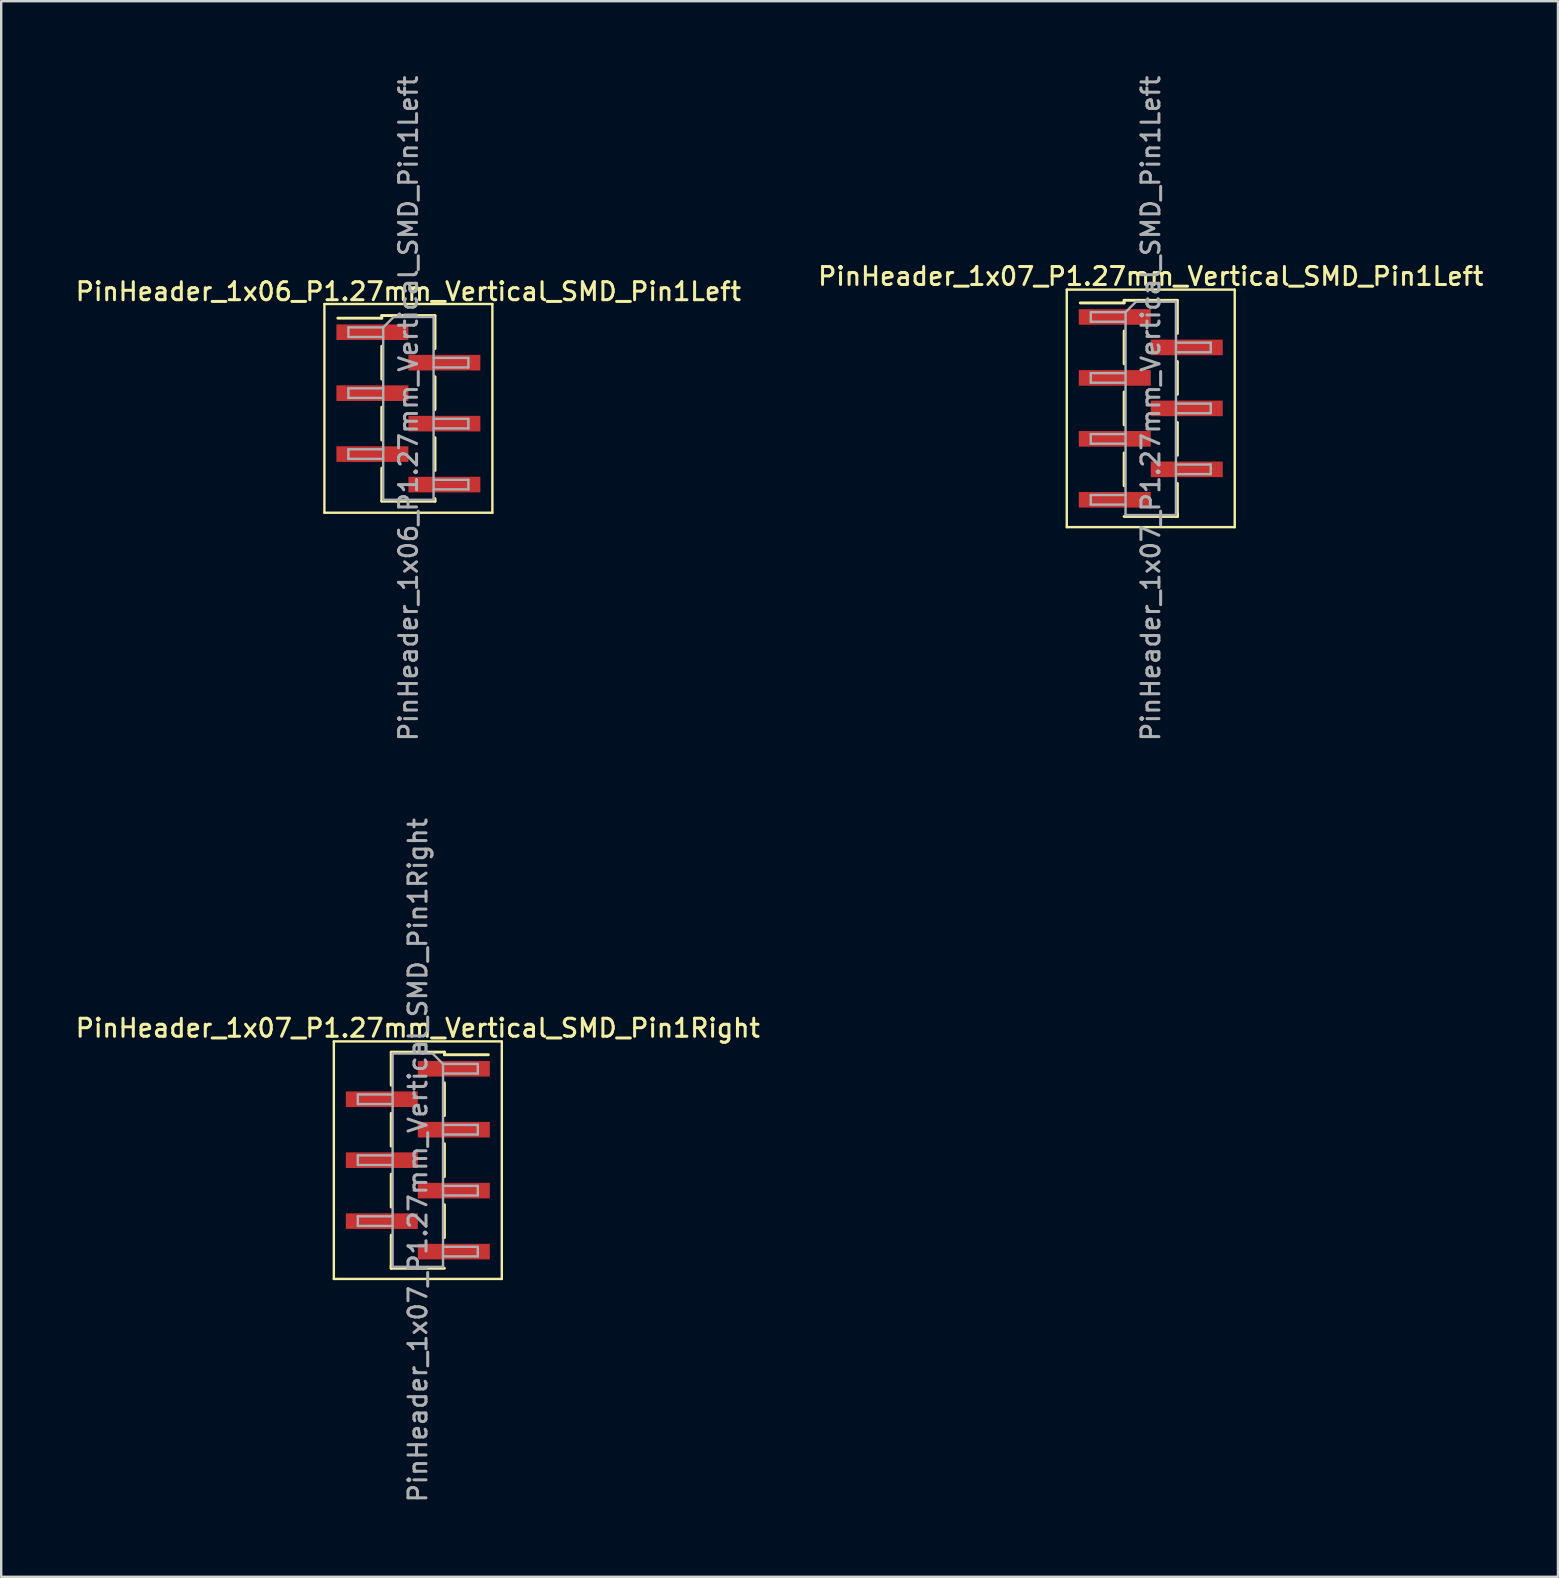
<source format=kicad_pcb>
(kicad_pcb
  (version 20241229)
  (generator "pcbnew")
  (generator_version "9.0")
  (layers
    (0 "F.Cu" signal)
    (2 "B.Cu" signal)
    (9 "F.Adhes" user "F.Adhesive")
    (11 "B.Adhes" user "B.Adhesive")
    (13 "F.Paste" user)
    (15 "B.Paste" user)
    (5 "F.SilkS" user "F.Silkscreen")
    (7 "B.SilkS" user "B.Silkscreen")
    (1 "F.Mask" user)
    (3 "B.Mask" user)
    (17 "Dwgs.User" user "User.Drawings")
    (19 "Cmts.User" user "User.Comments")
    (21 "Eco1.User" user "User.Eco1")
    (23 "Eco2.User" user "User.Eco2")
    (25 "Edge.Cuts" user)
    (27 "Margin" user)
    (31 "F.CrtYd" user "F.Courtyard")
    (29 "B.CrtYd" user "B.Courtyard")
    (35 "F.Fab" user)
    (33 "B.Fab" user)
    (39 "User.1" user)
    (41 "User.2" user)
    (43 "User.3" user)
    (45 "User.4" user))
  (footprint "PinHeader_1x07_P1.27mm_Vertical_SMD_Pin1Left"
    (layer "F.Cu")
    (at 44.909 13.97)
    (property "Reference" "PinHeader_1x07_P1.27mm_Vertical_SMD_Pin1Left" (at 0 -5.505 0) (layer "F.SilkS") (effects (font (size 0.75 0.75) (thickness 0.125))))
    (attr smd)
    (fp_line (start -3.5 -4.95) (end -3.5 4.95) (stroke (width 0.1) (type solid)) (layer "F.SilkS"))
    (fp_line (start -3.5 4.95) (end 3.5 4.95) (stroke (width 0.1) (type solid)) (layer "F.SilkS"))
    (fp_line (start -1.11 -4.505) (end -1.11 -4.395) (stroke (width 0.12) (type solid)) (layer "F.SilkS"))
    (fp_line (start -1.11 -4.505) (end 1.11 -4.505) (stroke (width 0.12) (type solid)) (layer "F.SilkS"))
    (fp_line (start -1.11 -4.395) (end -2.94 -4.395) (stroke (width 0.12) (type solid)) (layer "F.SilkS"))
    (fp_line (start -1.11 -3.225) (end -1.11 -1.855) (stroke (width 0.12) (type solid)) (layer "F.SilkS"))
    (fp_line (start -1.11 -0.685) (end -1.11 0.685) (stroke (width 0.12) (type solid)) (layer "F.SilkS"))
    (fp_line (start -1.11 1.855) (end -1.11 3.225) (stroke (width 0.12) (type solid)) (layer "F.SilkS"))
    (fp_line (start -1.11 4.505) (end 1.11 4.505) (stroke (width 0.12) (type solid)) (layer "F.SilkS"))
    (fp_line (start 1.11 -4.495) (end 1.11 -3.125) (stroke (width 0.12) (type solid)) (layer "F.SilkS"))
    (fp_line (start 1.11 -1.955) (end 1.11 -0.585) (stroke (width 0.12) (type solid)) (layer "F.SilkS"))
    (fp_line (start 1.11 0.585) (end 1.11 1.955) (stroke (width 0.12) (type solid)) (layer "F.SilkS"))
    (fp_line (start 1.11 3.125) (end 1.11 4.495) (stroke (width 0.12) (type solid)) (layer "F.SilkS"))
    (fp_line (start 1.11 4.395) (end 1.11 4.505) (stroke (width 0.12) (type solid)) (layer "F.SilkS"))
    (fp_line (start 3.5 -4.95) (end -3.5 -4.95) (stroke (width 0.1) (type solid)) (layer "F.SilkS"))
    (fp_line (start 3.5 4.95) (end 3.5 -4.95) (stroke (width 0.1) (type solid)) (layer "F.SilkS"))
    (fp_line (start -2.5 -4.01) (end -2.5 -3.61) (stroke (width 0.1) (type solid)) (layer "F.Fab"))
    (fp_line (start -2.5 -3.61) (end -1.05 -3.61) (stroke (width 0.1) (type solid)) (layer "F.Fab"))
    (fp_line (start -2.5 -1.47) (end -2.5 -1.07) (stroke (width 0.1) (type solid)) (layer "F.Fab"))
    (fp_line (start -2.5 -1.07) (end -1.05 -1.07) (stroke (width 0.1) (type solid)) (layer "F.Fab"))
    (fp_line (start -2.5 1.07) (end -2.5 1.47) (stroke (width 0.1) (type solid)) (layer "F.Fab"))
    (fp_line (start -2.5 1.47) (end -1.05 1.47) (stroke (width 0.1) (type solid)) (layer "F.Fab"))
    (fp_line (start -2.5 3.61) (end -2.5 4.01) (stroke (width 0.1) (type solid)) (layer "F.Fab"))
    (fp_line (start -2.5 4.01) (end -1.05 4.01) (stroke (width 0.1) (type solid)) (layer "F.Fab"))
    (fp_line (start -1.05 -4.01) (end -2.5 -4.01) (stroke (width 0.1) (type solid)) (layer "F.Fab"))
    (fp_line (start -1.05 -4.01) (end -0.615 -4.445) (stroke (width 0.1) (type solid)) (layer "F.Fab"))
    (fp_line (start -1.05 -1.47) (end -2.5 -1.47) (stroke (width 0.1) (type solid)) (layer "F.Fab"))
    (fp_line (start -1.05 1.07) (end -2.5 1.07) (stroke (width 0.1) (type solid)) (layer "F.Fab"))
    (fp_line (start -1.05 3.61) (end -2.5 3.61) (stroke (width 0.1) (type solid)) (layer "F.Fab"))
    (fp_line (start -1.05 4.445) (end -1.05 -4.01) (stroke (width 0.1) (type solid)) (layer "F.Fab"))
    (fp_line (start -0.615 -4.445) (end 1.05 -4.445) (stroke (width 0.1) (type solid)) (layer "F.Fab"))
    (fp_line (start 1.05 -4.445) (end 1.05 4.445) (stroke (width 0.1) (type solid)) (layer "F.Fab"))
    (fp_line (start 1.05 -2.74) (end 2.5 -2.74) (stroke (width 0.1) (type solid)) (layer "F.Fab"))
    (fp_line (start 1.05 -0.2) (end 2.5 -0.2) (stroke (width 0.1) (type solid)) (layer "F.Fab"))
    (fp_line (start 1.05 2.34) (end 2.5 2.34) (stroke (width 0.1) (type solid)) (layer "F.Fab"))
    (fp_line (start 1.05 4.445) (end -1.05 4.445) (stroke (width 0.1) (type solid)) (layer "F.Fab"))
    (fp_line (start 2.5 -2.74) (end 2.5 -2.34) (stroke (width 0.1) (type solid)) (layer "F.Fab"))
    (fp_line (start 2.5 -2.34) (end 1.05 -2.34) (stroke (width 0.1) (type solid)) (layer "F.Fab"))
    (fp_line (start 2.5 -0.2) (end 2.5 0.2) (stroke (width 0.1) (type solid)) (layer "F.Fab"))
    (fp_line (start 2.5 0.2) (end 1.05 0.2) (stroke (width 0.1) (type solid)) (layer "F.Fab"))
    (fp_line (start 2.5 2.34) (end 2.5 2.74) (stroke (width 0.1) (type solid)) (layer "F.Fab"))
    (fp_line (start 2.5 2.74) (end 1.05 2.74) (stroke (width 0.1) (type solid)) (layer "F.Fab"))
    (fp_text user "${REFERENCE}" (at 0 0 90) (layer "F.Fab") (effects (font (size 0.75 0.75) (thickness 0.125))))
    (pad "1" smd rect (at -1.5 -3.81) (size 3 0.65) (layers "F.Cu" "F.Mask" "F.Paste"))
    (pad "2" smd rect (at 1.5 -2.54) (size 3 0.65) (layers "F.Cu" "F.Mask" "F.Paste"))
    (pad "3" smd rect (at -1.5 -1.27) (size 3 0.65) (layers "F.Cu" "F.Mask" "F.Paste"))
    (pad "4" smd rect (at 1.5 0) (size 3 0.65) (layers "F.Cu" "F.Mask" "F.Paste"))
    (pad "5" smd rect (at -1.5 1.27) (size 3 0.65) (layers "F.Cu" "F.Mask" "F.Paste"))
    (pad "6" smd rect (at 1.5 2.54) (size 3 0.65) (layers "F.Cu" "F.Mask" "F.Paste"))
    (pad "7" smd rect (at -1.5 3.81) (size 3 0.65) (layers "F.Cu" "F.Mask" "F.Paste")))
  (footprint "PinHeader_1x06_P1.27mm_Vertical_SMD_Pin1Left"
    (layer "F.Cu")
    (at 13.97 13.97)
    (property "Reference" "PinHeader_1x06_P1.27mm_Vertical_SMD_Pin1Left" (at 0 -4.87 0) (layer "F.SilkS") (effects (font (size 0.75 0.75) (thickness 0.125))))
    (attr smd)
    (fp_line (start -3.5 -4.35) (end -3.5 4.35) (stroke (width 0.1) (type solid)) (layer "F.SilkS"))
    (fp_line (start -3.5 4.35) (end 3.5 4.35) (stroke (width 0.1) (type solid)) (layer "F.SilkS"))
    (fp_line (start -1.11 -3.87) (end -1.11 -3.76) (stroke (width 0.12) (type solid)) (layer "F.SilkS"))
    (fp_line (start -1.11 -3.87) (end 1.11 -3.87) (stroke (width 0.12) (type solid)) (layer "F.SilkS"))
    (fp_line (start -1.11 -3.76) (end -2.94 -3.76) (stroke (width 0.12) (type solid)) (layer "F.SilkS"))
    (fp_line (start -1.11 -2.59) (end -1.11 -1.22) (stroke (width 0.12) (type solid)) (layer "F.SilkS"))
    (fp_line (start -1.11 -0.05) (end -1.11 1.32) (stroke (width 0.12) (type solid)) (layer "F.SilkS"))
    (fp_line (start -1.11 2.49) (end -1.11 3.86) (stroke (width 0.12) (type solid)) (layer "F.SilkS"))
    (fp_line (start -1.11 3.87) (end 1.11 3.87) (stroke (width 0.12) (type solid)) (layer "F.SilkS"))
    (fp_line (start 1.11 -3.86) (end 1.11 -2.49) (stroke (width 0.12) (type solid)) (layer "F.SilkS"))
    (fp_line (start 1.11 -1.32) (end 1.11 0.05) (stroke (width 0.12) (type solid)) (layer "F.SilkS"))
    (fp_line (start 1.11 1.22) (end 1.11 2.59) (stroke (width 0.12) (type solid)) (layer "F.SilkS"))
    (fp_line (start 1.11 3.76) (end 1.11 3.87) (stroke (width 0.12) (type solid)) (layer "F.SilkS"))
    (fp_line (start 3.5 -4.35) (end -3.5 -4.35) (stroke (width 0.1) (type solid)) (layer "F.SilkS"))
    (fp_line (start 3.5 4.35) (end 3.5 -4.35) (stroke (width 0.1) (type solid)) (layer "F.SilkS"))
    (fp_line (start -2.5 -3.375) (end -2.5 -2.975) (stroke (width 0.1) (type solid)) (layer "F.Fab"))
    (fp_line (start -2.5 -2.975) (end -1.05 -2.975) (stroke (width 0.1) (type solid)) (layer "F.Fab"))
    (fp_line (start -2.5 -0.835) (end -2.5 -0.435) (stroke (width 0.1) (type solid)) (layer "F.Fab"))
    (fp_line (start -2.5 -0.435) (end -1.05 -0.435) (stroke (width 0.1) (type solid)) (layer "F.Fab"))
    (fp_line (start -2.5 1.705) (end -2.5 2.105) (stroke (width 0.1) (type solid)) (layer "F.Fab"))
    (fp_line (start -2.5 2.105) (end -1.05 2.105) (stroke (width 0.1) (type solid)) (layer "F.Fab"))
    (fp_line (start -1.05 -3.375) (end -2.5 -3.375) (stroke (width 0.1) (type solid)) (layer "F.Fab"))
    (fp_line (start -1.05 -3.375) (end -0.615 -3.81) (stroke (width 0.1) (type solid)) (layer "F.Fab"))
    (fp_line (start -1.05 -0.835) (end -2.5 -0.835) (stroke (width 0.1) (type solid)) (layer "F.Fab"))
    (fp_line (start -1.05 1.705) (end -2.5 1.705) (stroke (width 0.1) (type solid)) (layer "F.Fab"))
    (fp_line (start -1.05 3.81) (end -1.05 -3.375) (stroke (width 0.1) (type solid)) (layer "F.Fab"))
    (fp_line (start -0.615 -3.81) (end 1.05 -3.81) (stroke (width 0.1) (type solid)) (layer "F.Fab"))
    (fp_line (start 1.05 -3.81) (end 1.05 3.81) (stroke (width 0.1) (type solid)) (layer "F.Fab"))
    (fp_line (start 1.05 -2.105) (end 2.5 -2.105) (stroke (width 0.1) (type solid)) (layer "F.Fab"))
    (fp_line (start 1.05 0.435) (end 2.5 0.435) (stroke (width 0.1) (type solid)) (layer "F.Fab"))
    (fp_line (start 1.05 2.975) (end 2.5 2.975) (stroke (width 0.1) (type solid)) (layer "F.Fab"))
    (fp_line (start 1.05 3.81) (end -1.05 3.81) (stroke (width 0.1) (type solid)) (layer "F.Fab"))
    (fp_line (start 2.5 -2.105) (end 2.5 -1.705) (stroke (width 0.1) (type solid)) (layer "F.Fab"))
    (fp_line (start 2.5 -1.705) (end 1.05 -1.705) (stroke (width 0.1) (type solid)) (layer "F.Fab"))
    (fp_line (start 2.5 0.435) (end 2.5 0.835) (stroke (width 0.1) (type solid)) (layer "F.Fab"))
    (fp_line (start 2.5 0.835) (end 1.05 0.835) (stroke (width 0.1) (type solid)) (layer "F.Fab"))
    (fp_line (start 2.5 2.975) (end 2.5 3.375) (stroke (width 0.1) (type solid)) (layer "F.Fab"))
    (fp_line (start 2.5 3.375) (end 1.05 3.375) (stroke (width 0.1) (type solid)) (layer "F.Fab"))
    (fp_text user "${REFERENCE}" (at 0 0 90) (layer "F.Fab") (effects (font (size 0.75 0.75) (thickness 0.125))))
    (pad "1" smd rect (at -1.5 -3.175) (size 3 0.65) (layers "F.Cu" "F.Mask" "F.Paste"))
    (pad "2" smd rect (at 1.5 -1.905) (size 3 0.65) (layers "F.Cu" "F.Mask" "F.Paste"))
    (pad "3" smd rect (at -1.5 -0.635) (size 3 0.65) (layers "F.Cu" "F.Mask" "F.Paste"))
    (pad "4" smd rect (at 1.5 0.635) (size 3 0.65) (layers "F.Cu" "F.Mask" "F.Paste"))
    (pad "5" smd rect (at -1.5 1.905) (size 3 0.65) (layers "F.Cu" "F.Mask" "F.Paste"))
    (pad "6" smd rect (at 1.5 3.175) (size 3 0.65) (layers "F.Cu" "F.Mask" "F.Paste")))
  (footprint "PinHeader_1x07_P1.27mm_Vertical_SMD_Pin1Right"
    (layer "F.Cu")
    (at 14.363 45.302)
    (property "Reference" "PinHeader_1x07_P1.27mm_Vertical_SMD_Pin1Right" (at 0 -5.505 0) (layer "F.SilkS") (effects (font (size 0.75 0.75) (thickness 0.125))))
    (attr smd)
    (fp_line (start -3.5 -4.95) (end -3.5 4.95) (stroke (width 0.1) (type solid)) (layer "F.SilkS"))
    (fp_line (start -3.5 4.95) (end 3.5 4.95) (stroke (width 0.1) (type solid)) (layer "F.SilkS"))
    (fp_line (start -1.11 -4.505) (end 1.11 -4.505) (stroke (width 0.12) (type solid)) (layer "F.SilkS"))
    (fp_line (start -1.11 -4.495) (end -1.11 -3.125) (stroke (width 0.12) (type solid)) (layer "F.SilkS"))
    (fp_line (start -1.11 -1.955) (end -1.11 -0.585) (stroke (width 0.12) (type solid)) (layer "F.SilkS"))
    (fp_line (start -1.11 0.585) (end -1.11 1.955) (stroke (width 0.12) (type solid)) (layer "F.SilkS"))
    (fp_line (start -1.11 3.125) (end -1.11 4.495) (stroke (width 0.12) (type solid)) (layer "F.SilkS"))
    (fp_line (start -1.11 4.395) (end -1.11 4.505) (stroke (width 0.12) (type solid)) (layer "F.SilkS"))
    (fp_line (start -1.11 4.505) (end 1.11 4.505) (stroke (width 0.12) (type solid)) (layer "F.SilkS"))
    (fp_line (start 1.11 -4.505) (end 1.11 -4.395) (stroke (width 0.12) (type solid)) (layer "F.SilkS"))
    (fp_line (start 1.11 -4.395) (end 2.94 -4.395) (stroke (width 0.12) (type solid)) (layer "F.SilkS"))
    (fp_line (start 1.11 -3.225) (end 1.11 -1.855) (stroke (width 0.12) (type solid)) (layer "F.SilkS"))
    (fp_line (start 1.11 -0.685) (end 1.11 0.685) (stroke (width 0.12) (type solid)) (layer "F.SilkS"))
    (fp_line (start 1.11 1.855) (end 1.11 3.225) (stroke (width 0.12) (type solid)) (layer "F.SilkS"))
    (fp_line (start 3.5 -4.95) (end -3.5 -4.95) (stroke (width 0.1) (type solid)) (layer "F.SilkS"))
    (fp_line (start 3.5 4.95) (end 3.5 -4.95) (stroke (width 0.1) (type solid)) (layer "F.SilkS"))
    (fp_line (start -2.5 -2.74) (end -2.5 -2.34) (stroke (width 0.1) (type solid)) (layer "F.Fab"))
    (fp_line (start -2.5 -2.34) (end -1.05 -2.34) (stroke (width 0.1) (type solid)) (layer "F.Fab"))
    (fp_line (start -2.5 -0.2) (end -2.5 0.2) (stroke (width 0.1) (type solid)) (layer "F.Fab"))
    (fp_line (start -2.5 0.2) (end -1.05 0.2) (stroke (width 0.1) (type solid)) (layer "F.Fab"))
    (fp_line (start -2.5 2.34) (end -2.5 2.74) (stroke (width 0.1) (type solid)) (layer "F.Fab"))
    (fp_line (start -2.5 2.74) (end -1.05 2.74) (stroke (width 0.1) (type solid)) (layer "F.Fab"))
    (fp_line (start -1.05 -4.445) (end -1.05 4.445) (stroke (width 0.1) (type solid)) (layer "F.Fab"))
    (fp_line (start -1.05 -4.445) (end 0.615 -4.445) (stroke (width 0.1) (type solid)) (layer "F.Fab"))
    (fp_line (start -1.05 -2.74) (end -2.5 -2.74) (stroke (width 0.1) (type solid)) (layer "F.Fab"))
    (fp_line (start -1.05 -0.2) (end -2.5 -0.2) (stroke (width 0.1) (type solid)) (layer "F.Fab"))
    (fp_line (start -1.05 2.34) (end -2.5 2.34) (stroke (width 0.1) (type solid)) (layer "F.Fab"))
    (fp_line (start 1.05 -4.01) (end 0.615 -4.445) (stroke (width 0.1) (type solid)) (layer "F.Fab"))
    (fp_line (start 1.05 -4.01) (end 2.5 -4.01) (stroke (width 0.1) (type solid)) (layer "F.Fab"))
    (fp_line (start 1.05 -1.47) (end 2.5 -1.47) (stroke (width 0.1) (type solid)) (layer "F.Fab"))
    (fp_line (start 1.05 1.07) (end 2.5 1.07) (stroke (width 0.1) (type solid)) (layer "F.Fab"))
    (fp_line (start 1.05 3.61) (end 2.5 3.61) (stroke (width 0.1) (type solid)) (layer "F.Fab"))
    (fp_line (start 1.05 4.445) (end -1.05 4.445) (stroke (width 0.1) (type solid)) (layer "F.Fab"))
    (fp_line (start 1.05 4.445) (end 1.05 -4.01) (stroke (width 0.1) (type solid)) (layer "F.Fab"))
    (fp_line (start 2.5 -4.01) (end 2.5 -3.61) (stroke (width 0.1) (type solid)) (layer "F.Fab"))
    (fp_line (start 2.5 -3.61) (end 1.05 -3.61) (stroke (width 0.1) (type solid)) (layer "F.Fab"))
    (fp_line (start 2.5 -1.47) (end 2.5 -1.07) (stroke (width 0.1) (type solid)) (layer "F.Fab"))
    (fp_line (start 2.5 -1.07) (end 1.05 -1.07) (stroke (width 0.1) (type solid)) (layer "F.Fab"))
    (fp_line (start 2.5 1.07) (end 2.5 1.47) (stroke (width 0.1) (type solid)) (layer "F.Fab"))
    (fp_line (start 2.5 1.47) (end 1.05 1.47) (stroke (width 0.1) (type solid)) (layer "F.Fab"))
    (fp_line (start 2.5 3.61) (end 2.5 4.01) (stroke (width 0.1) (type solid)) (layer "F.Fab"))
    (fp_line (start 2.5 4.01) (end 1.05 4.01) (stroke (width 0.1) (type solid)) (layer "F.Fab"))
    (fp_text user "${REFERENCE}" (at 0 0 90) (layer "F.Fab") (effects (font (size 0.75 0.75) (thickness 0.125))))
    (pad "1" smd rect (at 1.5 -3.81) (size 3 0.65) (layers "F.Cu" "F.Mask" "F.Paste"))
    (pad "2" smd rect (at -1.5 -2.54) (size 3 0.65) (layers "F.Cu" "F.Mask" "F.Paste"))
    (pad "3" smd rect (at 1.5 -1.27) (size 3 0.65) (layers "F.Cu" "F.Mask" "F.Paste"))
    (pad "4" smd rect (at -1.5 0) (size 3 0.65) (layers "F.Cu" "F.Mask" "F.Paste"))
    (pad "5" smd rect (at 1.5 1.27) (size 3 0.65) (layers "F.Cu" "F.Mask" "F.Paste"))
    (pad "6" smd rect (at -1.5 2.54) (size 3 0.65) (layers "F.Cu" "F.Mask" "F.Paste"))
    (pad "7" smd rect (at 1.5 3.81) (size 3 0.65) (layers "F.Cu" "F.Mask" "F.Paste")))
  (gr_rect
    (start -3 -3)
    (end 61.879 62.664)
    (stroke (width 0.1) (type default))
    (fill no)
    (layer "Edge.Cuts")))
</source>
